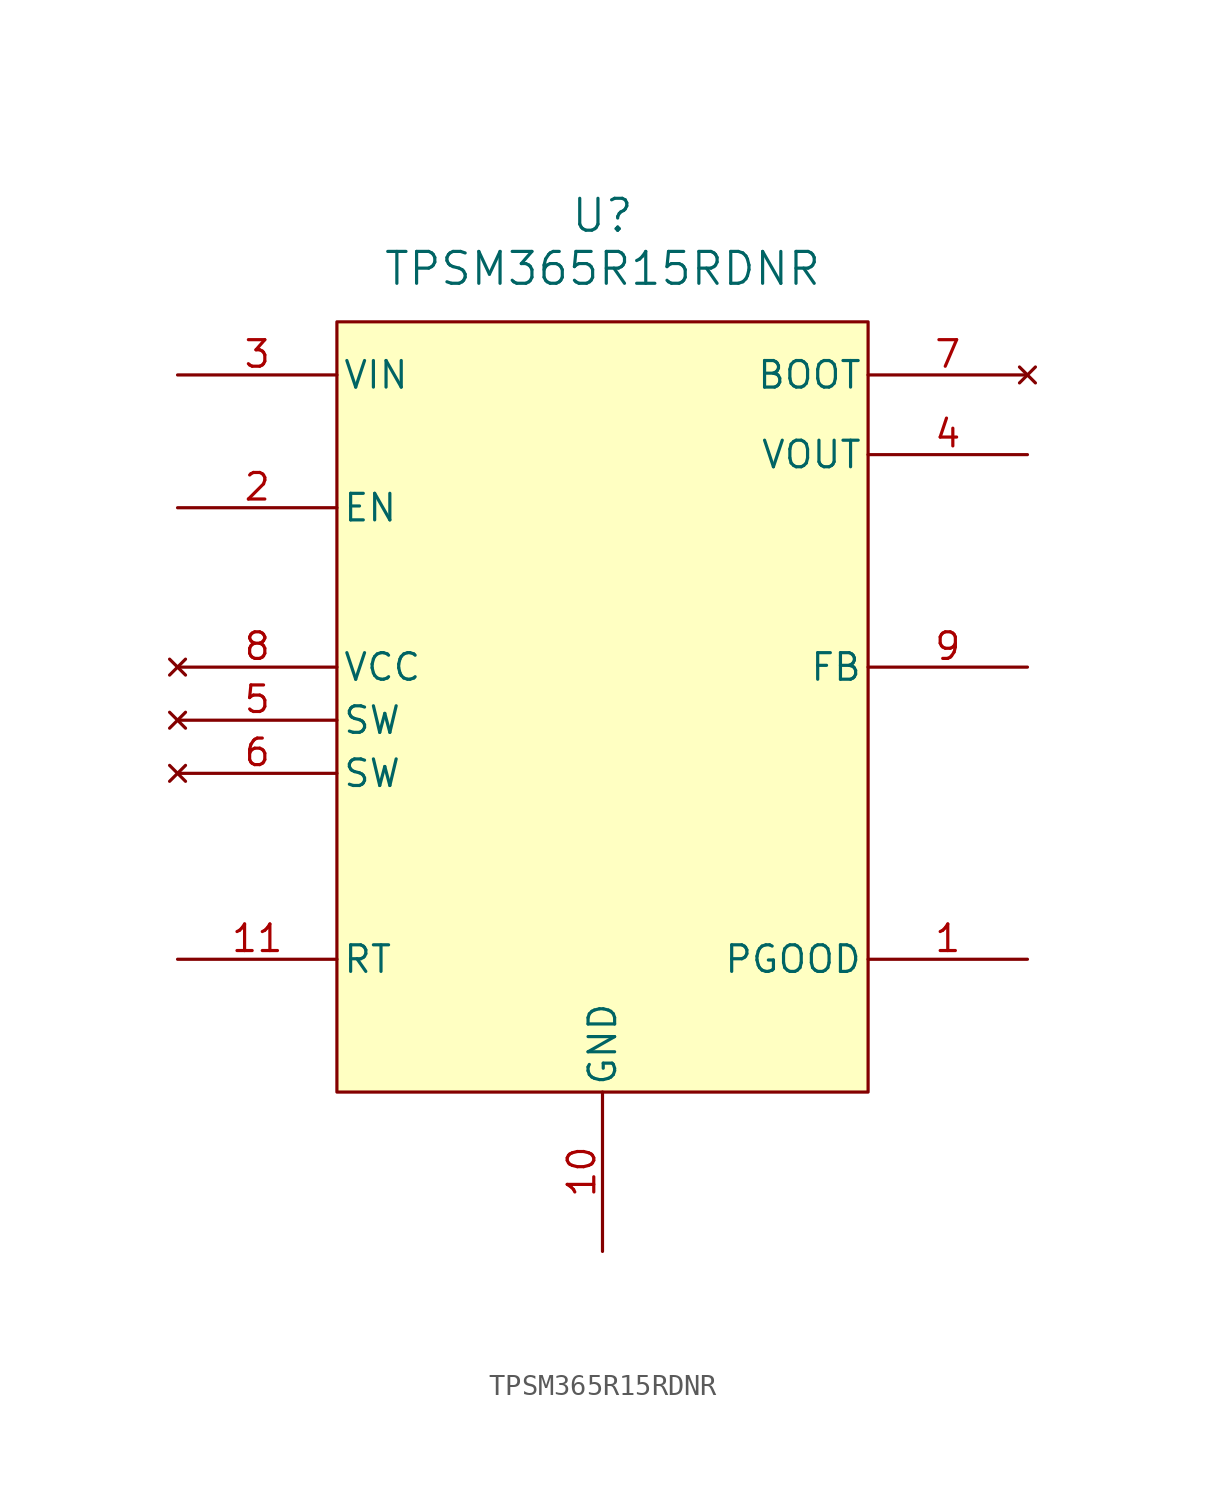
<source format=kicad_sym>
(kicad_symbol_lib
  (version 20220914)
  (generator kicad_symbol_editor)
  (symbol "TPSM365R15RDNR"
    (pin_names
      (offset 0.254))
    (property "Reference" "U"
      (at 20.32 10.16 0)
      (effects (font (size 1.524 1.524))))
    (property "Value" "TPSM365R15RDNR"
      (at 20.32 7.62 0)
      (effects (font (size 1.524 1.524))))
    (symbol "TPSM365R15RDNR_0_1"
      (pin power_out line (at 20.32 -39.37 90) (length 7.62) (name "GND" (effects (font (size 1.27 1.27)))) (number "10" (effects (font (size 1.27 1.27)))))
      (pin power_in line (at 0 2.54 0) (length 7.62) (name "VIN" (effects (font (size 1.27 1.27)))) (number "3" (effects (font (size 1.27 1.27)))))
      (pin power_in line (at 40.64 -1.27 180) (length 7.62) (name "VOUT" (effects (font (size 1.27 1.27)))) (number "4" (effects (font (size 1.27 1.27))))))
    (symbol "TPSM365R15RDNR_1_1"
      (rectangle (start 7.62 5.08) (end 33.02 -31.75) (stroke (width 0) (type default)) (fill (type background)))
      (pin output line (at 40.64 -25.4 180) (length 7.62) (name "PGOOD" (effects (font (size 1.27 1.27)))) (number "1" (effects (font (size 1.27 1.27)))))
      (pin passive line (at 0 -25.4 0) (length 7.62) (name "RT" (effects (font (size 1.27 1.27)))) (number "11" (effects (font (size 1.27 1.27)))))
      (pin input line (at 0 -3.81 0) (length 7.62) (name "EN" (effects (font (size 1.27 1.27)))) (number "2" (effects (font (size 1.27 1.27)))))
      (pin no_connect line (at 0 -13.97 0) (length 7.62) (name "SW" (effects (font (size 1.27 1.27)))) (number "5" (effects (font (size 1.27 1.27)))))
      (pin no_connect line (at 0 -16.51 0) (length 7.62) (name "SW" (effects (font (size 1.27 1.27)))) (number "6" (effects (font (size 1.27 1.27)))))
      (pin no_connect line (at 40.64 2.54 180) (length 7.62) (name "BOOT" (effects (font (size 1.27 1.27)))) (number "7" (effects (font (size 1.27 1.27)))))
      (pin no_connect line (at 0 -11.43 0) (length 7.62) (name "VCC" (effects (font (size 1.27 1.27)))) (number "8" (effects (font (size 1.27 1.27)))))
      (pin input line (at 40.64 -11.43 180) (length 7.62) (name "FB" (effects (font (size 1.27 1.27)))) (number "9" (effects (font (size 1.27 1.27))))))))
</source>
